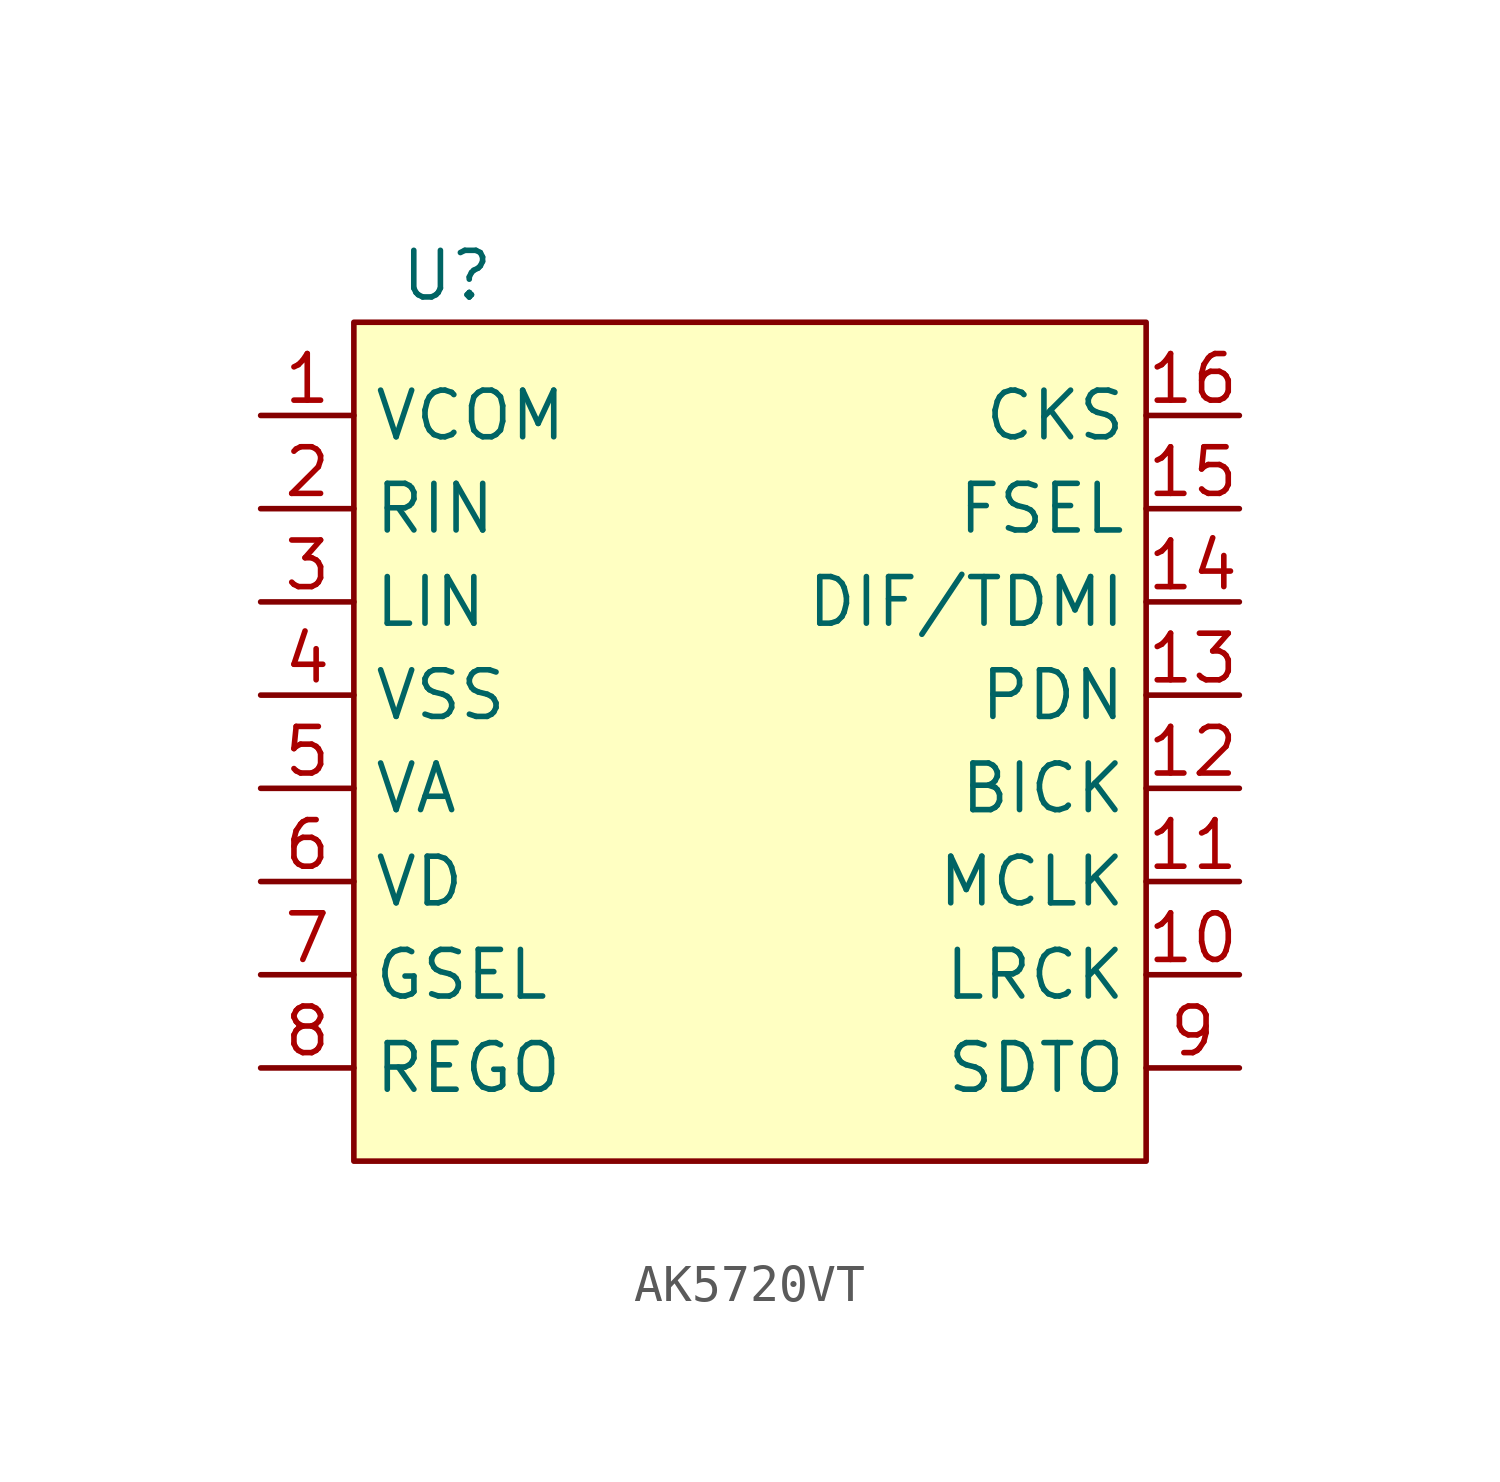
<source format=kicad_sym>
(kicad_symbol_lib
  (version 20220914)
  (generator kicad_symbol_editor)
  (symbol "AK5720VT"
    (property "Reference" "U"
      (at 0 0 0)
      (effects (font (size 1.27 1.27))))
    (property "Value" ""
      (at 0 0 0)
      (effects (font (size 1.27 1.27))))
    (symbol "AK5720VT_1_1"
      (rectangle (start -2.54 -1.27) (end 19.05 -24.13) (stroke (width 0) (type default)) (fill (type background)))
      (pin input line (at -5.08 -3.81 0) (length 2.54) (name "VCOM" (effects (font (size 1.27 1.27)))) (number "1" (effects (font (size 1.27 1.27)))))
      (pin input line (at 21.59 -19.05 180) (length 2.54) (name "LRCK" (effects (font (size 1.27 1.27)))) (number "10" (effects (font (size 1.27 1.27)))))
      (pin input line (at 21.59 -16.51 180) (length 2.54) (name "MCLK" (effects (font (size 1.27 1.27)))) (number "11" (effects (font (size 1.27 1.27)))))
      (pin input line (at 21.59 -13.97 180) (length 2.54) (name "BICK" (effects (font (size 1.27 1.27)))) (number "12" (effects (font (size 1.27 1.27)))))
      (pin input line (at 21.59 -11.43 180) (length 2.54) (name "PDN" (effects (font (size 1.27 1.27)))) (number "13" (effects (font (size 1.27 1.27)))))
      (pin input line (at 21.59 -8.89 180) (length 2.54) (name "DIF/TDMI" (effects (font (size 1.27 1.27)))) (number "14" (effects (font (size 1.27 1.27)))))
      (pin input line (at 21.59 -6.35 180) (length 2.54) (name "FSEL" (effects (font (size 1.27 1.27)))) (number "15" (effects (font (size 1.27 1.27)))))
      (pin input line (at 21.59 -3.81 180) (length 2.54) (name "CKS" (effects (font (size 1.27 1.27)))) (number "16" (effects (font (size 1.27 1.27)))))
      (pin input line (at -5.08 -6.35 0) (length 2.54) (name "RIN" (effects (font (size 1.27 1.27)))) (number "2" (effects (font (size 1.27 1.27)))))
      (pin input line (at -5.08 -8.89 0) (length 2.54) (name "LIN" (effects (font (size 1.27 1.27)))) (number "3" (effects (font (size 1.27 1.27)))))
      (pin input line (at -5.08 -11.43 0) (length 2.54) (name "VSS" (effects (font (size 1.27 1.27)))) (number "4" (effects (font (size 1.27 1.27)))))
      (pin input line (at -5.08 -13.97 0) (length 2.54) (name "VA" (effects (font (size 1.27 1.27)))) (number "5" (effects (font (size 1.27 1.27)))))
      (pin input line (at -5.08 -16.51 0) (length 2.54) (name "VD" (effects (font (size 1.27 1.27)))) (number "6" (effects (font (size 1.27 1.27)))))
      (pin input line (at -5.08 -19.05 0) (length 2.54) (name "GSEL" (effects (font (size 1.27 1.27)))) (number "7" (effects (font (size 1.27 1.27)))))
      (pin input line (at -5.08 -21.59 0) (length 2.54) (name "REGO" (effects (font (size 1.27 1.27)))) (number "8" (effects (font (size 1.27 1.27)))))
      (pin input line (at 21.59 -21.59 180) (length 2.54) (name "SDTO" (effects (font (size 1.27 1.27)))) (number "9" (effects (font (size 1.27 1.27))))))))
</source>
